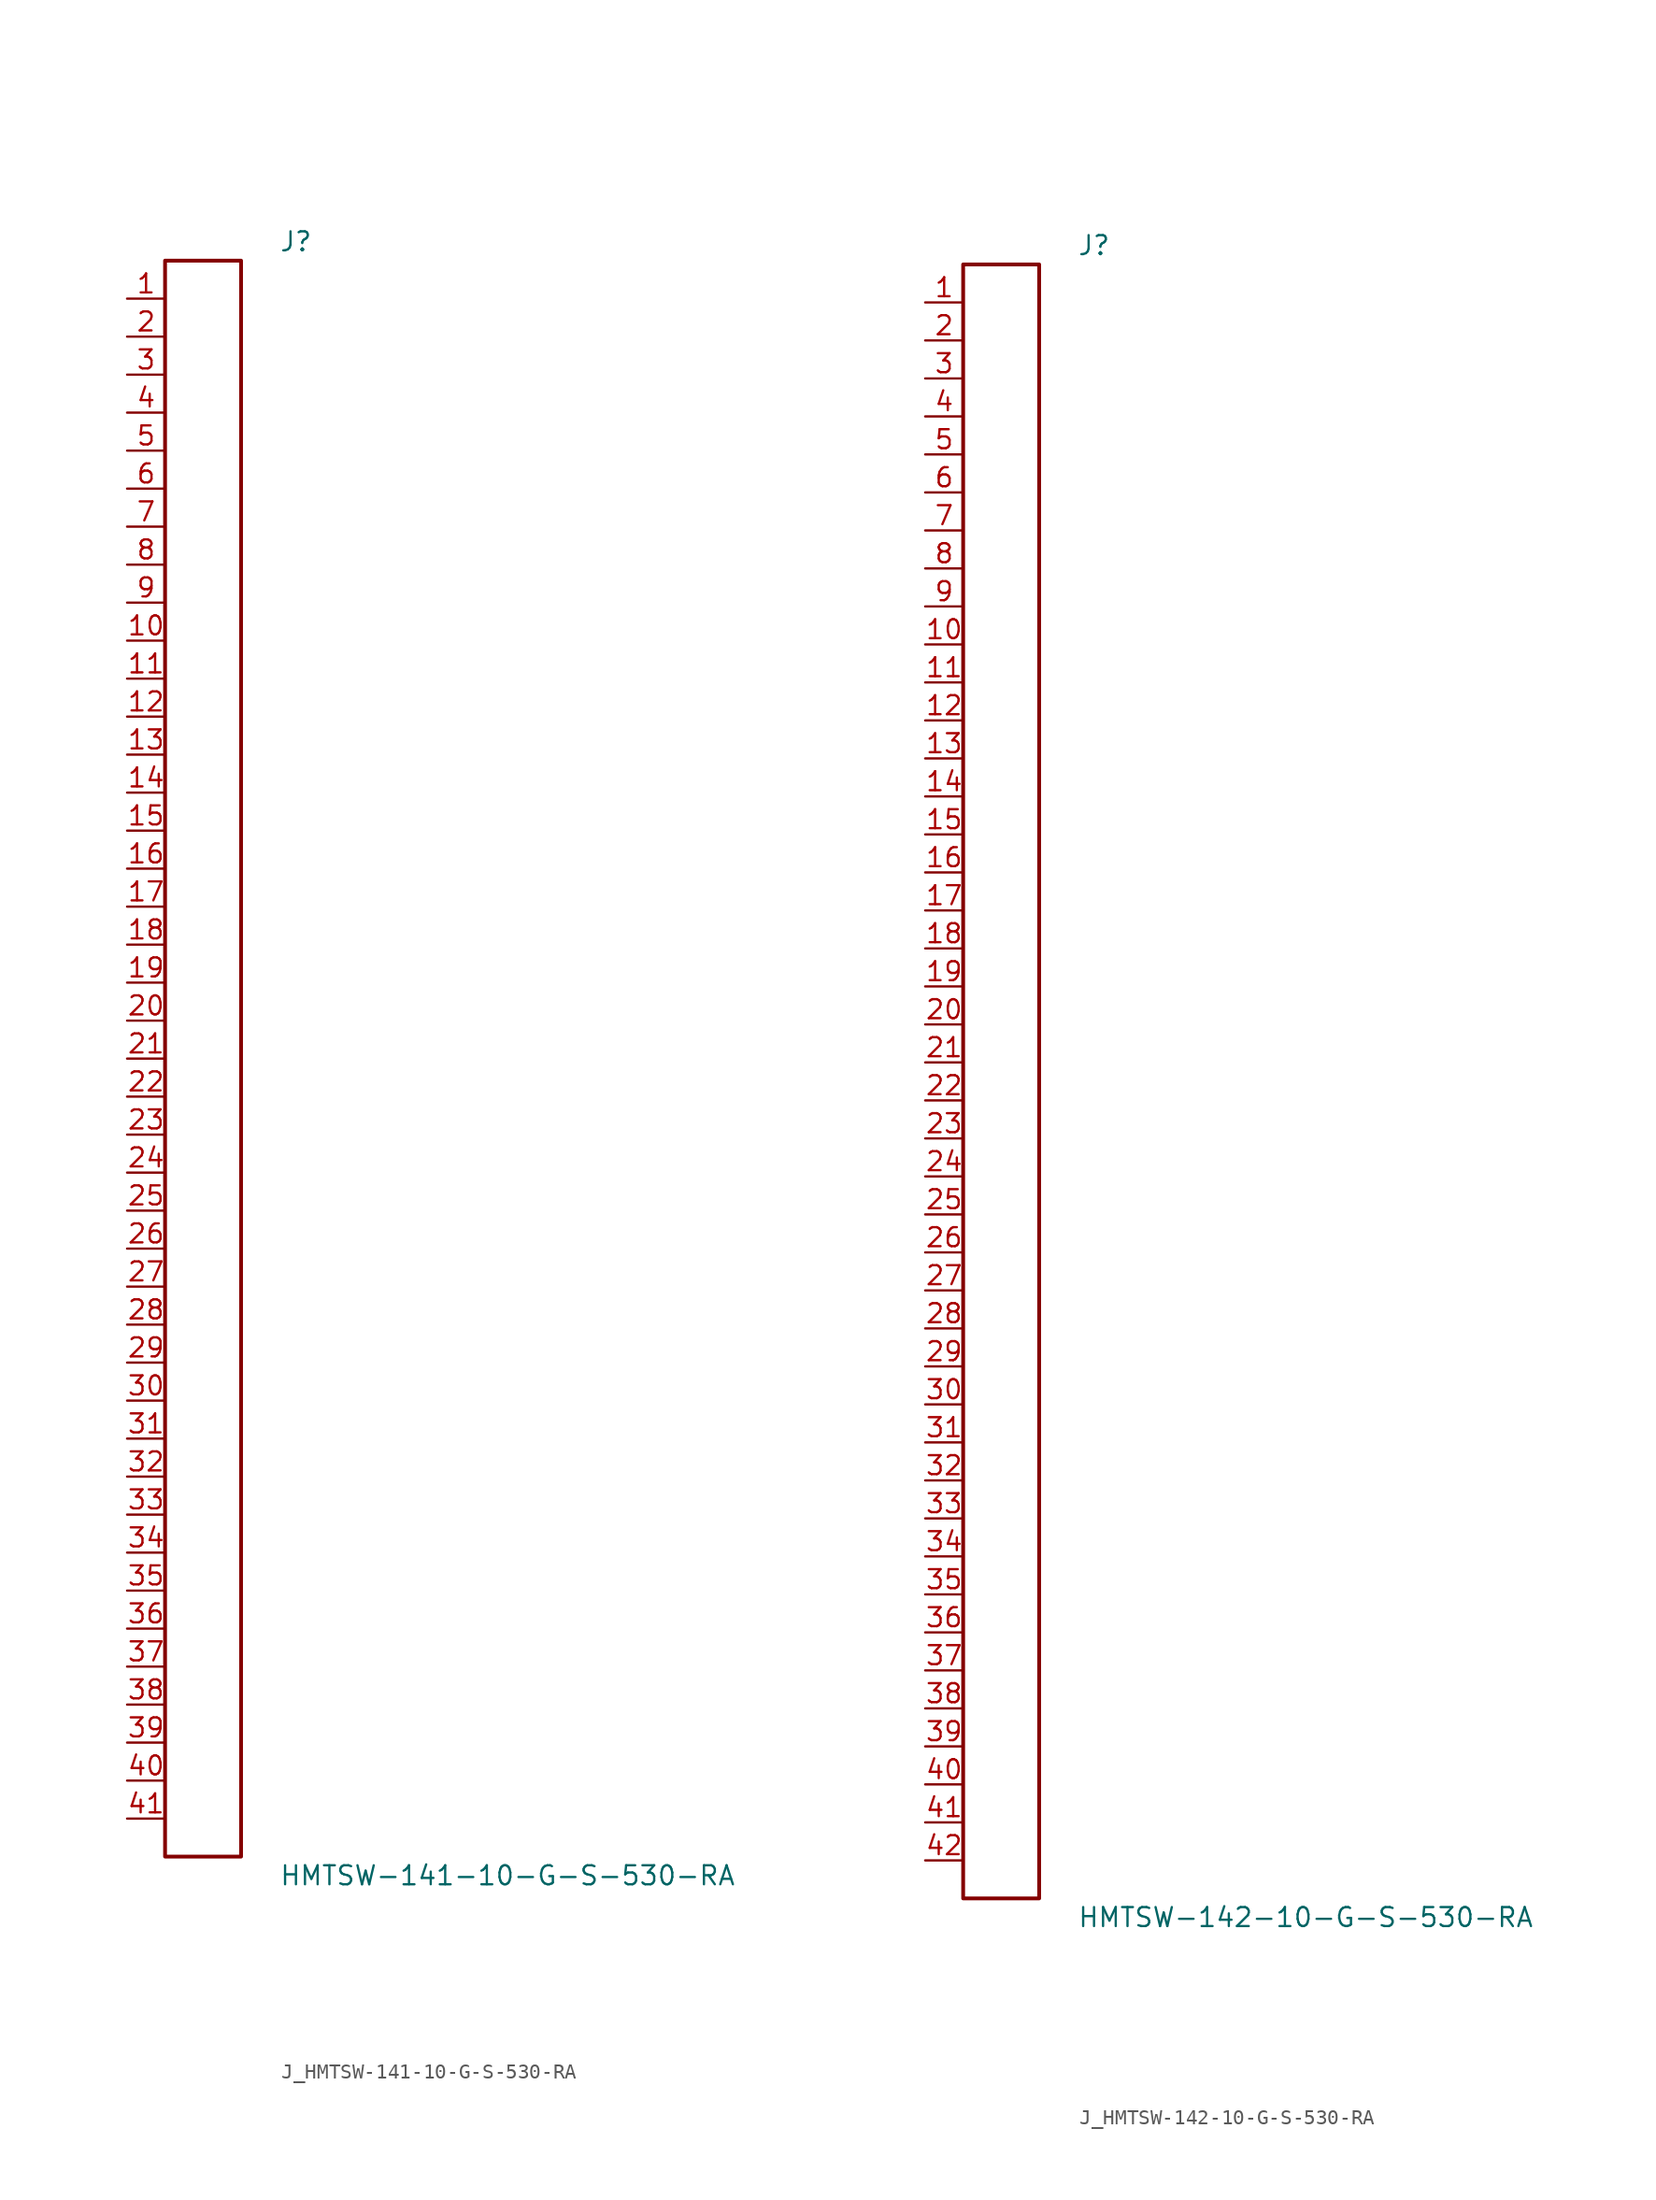
<source format=kicad_sym>
(kicad_symbol_lib
  (version 20231120)
  (generator kicad_symbol_editor)
  (generator_version 8.0)
  (symbol "J_HMTSW-141-10-G-S-530-RA"
    (pin_names
      (offset 0.254))
    (property "Reference" "J"
      (at 5.08 54.61 0)
      (effects (font (size 1.27 1.27)) (justify left)))
    (property "Value" "HMTSW-141-10-G-S-530-RA"
      (at 5.08 -54.61 0)
      (effects (font (size 1.27 1.27)) (justify left)))
    (symbol "J_HMTSW-141-10-G-S-530-RA_0_0"
      (pin unspecified line (at -5.08 50.8 0) (length 2.54) (name "" (effects (font (size 1.27 1.27)))) (number "1" (effects (font (size 1.27 1.27)))))
      (pin unspecified line (at -5.08 48.26 0) (length 2.54) (name "" (effects (font (size 1.27 1.27)))) (number "2" (effects (font (size 1.27 1.27)))))
      (pin unspecified line (at -5.08 45.72 0) (length 2.54) (name "" (effects (font (size 1.27 1.27)))) (number "3" (effects (font (size 1.27 1.27)))))
      (pin unspecified line (at -5.08 43.18 0) (length 2.54) (name "" (effects (font (size 1.27 1.27)))) (number "4" (effects (font (size 1.27 1.27)))))
      (pin unspecified line (at -5.08 40.64 0) (length 2.54) (name "" (effects (font (size 1.27 1.27)))) (number "5" (effects (font (size 1.27 1.27)))))
      (pin unspecified line (at -5.08 38.1 0) (length 2.54) (name "" (effects (font (size 1.27 1.27)))) (number "6" (effects (font (size 1.27 1.27)))))
      (pin unspecified line (at -5.08 35.56 0) (length 2.54) (name "" (effects (font (size 1.27 1.27)))) (number "7" (effects (font (size 1.27 1.27)))))
      (pin unspecified line (at -5.08 33.02 0) (length 2.54) (name "" (effects (font (size 1.27 1.27)))) (number "8" (effects (font (size 1.27 1.27)))))
      (pin unspecified line (at -5.08 30.48 0) (length 2.54) (name "" (effects (font (size 1.27 1.27)))) (number "9" (effects (font (size 1.27 1.27)))))
      (pin unspecified line (at -5.08 27.94 0) (length 2.54) (name "" (effects (font (size 1.27 1.27)))) (number "10" (effects (font (size 1.27 1.27)))))
      (pin unspecified line (at -5.08 25.4 0) (length 2.54) (name "" (effects (font (size 1.27 1.27)))) (number "11" (effects (font (size 1.27 1.27)))))
      (pin unspecified line (at -5.08 22.86 0) (length 2.54) (name "" (effects (font (size 1.27 1.27)))) (number "12" (effects (font (size 1.27 1.27)))))
      (pin unspecified line (at -5.08 20.32 0) (length 2.54) (name "" (effects (font (size 1.27 1.27)))) (number "13" (effects (font (size 1.27 1.27)))))
      (pin unspecified line (at -5.08 17.78 0) (length 2.54) (name "" (effects (font (size 1.27 1.27)))) (number "14" (effects (font (size 1.27 1.27)))))
      (pin unspecified line (at -5.08 15.24 0) (length 2.54) (name "" (effects (font (size 1.27 1.27)))) (number "15" (effects (font (size 1.27 1.27)))))
      (pin unspecified line (at -5.08 12.7 0) (length 2.54) (name "" (effects (font (size 1.27 1.27)))) (number "16" (effects (font (size 1.27 1.27)))))
      (pin unspecified line (at -5.08 10.16 0) (length 2.54) (name "" (effects (font (size 1.27 1.27)))) (number "17" (effects (font (size 1.27 1.27)))))
      (pin unspecified line (at -5.08 7.62 0) (length 2.54) (name "" (effects (font (size 1.27 1.27)))) (number "18" (effects (font (size 1.27 1.27)))))
      (pin unspecified line (at -5.08 5.08 0) (length 2.54) (name "" (effects (font (size 1.27 1.27)))) (number "19" (effects (font (size 1.27 1.27)))))
      (pin unspecified line (at -5.08 2.54 0) (length 2.54) (name "" (effects (font (size 1.27 1.27)))) (number "20" (effects (font (size 1.27 1.27)))))
      (pin unspecified line (at -5.08 0.0 0) (length 2.54) (name "" (effects (font (size 1.27 1.27)))) (number "21" (effects (font (size 1.27 1.27)))))
      (pin unspecified line (at -5.08 -2.54 0) (length 2.54) (name "" (effects (font (size 1.27 1.27)))) (number "22" (effects (font (size 1.27 1.27)))))
      (pin unspecified line (at -5.08 -5.08 0) (length 2.54) (name "" (effects (font (size 1.27 1.27)))) (number "23" (effects (font (size 1.27 1.27)))))
      (pin unspecified line (at -5.08 -7.62 0) (length 2.54) (name "" (effects (font (size 1.27 1.27)))) (number "24" (effects (font (size 1.27 1.27)))))
      (pin unspecified line (at -5.08 -10.16 0) (length 2.54) (name "" (effects (font (size 1.27 1.27)))) (number "25" (effects (font (size 1.27 1.27)))))
      (pin unspecified line (at -5.08 -12.7 0) (length 2.54) (name "" (effects (font (size 1.27 1.27)))) (number "26" (effects (font (size 1.27 1.27)))))
      (pin unspecified line (at -5.08 -15.24 0) (length 2.54) (name "" (effects (font (size 1.27 1.27)))) (number "27" (effects (font (size 1.27 1.27)))))
      (pin unspecified line (at -5.08 -17.78 0) (length 2.54) (name "" (effects (font (size 1.27 1.27)))) (number "28" (effects (font (size 1.27 1.27)))))
      (pin unspecified line (at -5.08 -20.32 0) (length 2.54) (name "" (effects (font (size 1.27 1.27)))) (number "29" (effects (font (size 1.27 1.27)))))
      (pin unspecified line (at -5.08 -22.86 0) (length 2.54) (name "" (effects (font (size 1.27 1.27)))) (number "30" (effects (font (size 1.27 1.27)))))
      (pin unspecified line (at -5.08 -25.4 0) (length 2.54) (name "" (effects (font (size 1.27 1.27)))) (number "31" (effects (font (size 1.27 1.27)))))
      (pin unspecified line (at -5.08 -27.94 0) (length 2.54) (name "" (effects (font (size 1.27 1.27)))) (number "32" (effects (font (size 1.27 1.27)))))
      (pin unspecified line (at -5.08 -30.48 0) (length 2.54) (name "" (effects (font (size 1.27 1.27)))) (number "33" (effects (font (size 1.27 1.27)))))
      (pin unspecified line (at -5.08 -33.02 0) (length 2.54) (name "" (effects (font (size 1.27 1.27)))) (number "34" (effects (font (size 1.27 1.27)))))
      (pin unspecified line (at -5.08 -35.56 0) (length 2.54) (name "" (effects (font (size 1.27 1.27)))) (number "35" (effects (font (size 1.27 1.27)))))
      (pin unspecified line (at -5.08 -38.1 0) (length 2.54) (name "" (effects (font (size 1.27 1.27)))) (number "36" (effects (font (size 1.27 1.27)))))
      (pin unspecified line (at -5.08 -40.64 0) (length 2.54) (name "" (effects (font (size 1.27 1.27)))) (number "37" (effects (font (size 1.27 1.27)))))
      (pin unspecified line (at -5.08 -43.18 0) (length 2.54) (name "" (effects (font (size 1.27 1.27)))) (number "38" (effects (font (size 1.27 1.27)))))
      (pin unspecified line (at -5.08 -45.72 0) (length 2.54) (name "" (effects (font (size 1.27 1.27)))) (number "39" (effects (font (size 1.27 1.27)))))
      (pin unspecified line (at -5.08 -48.26 0) (length 2.54) (name "" (effects (font (size 1.27 1.27)))) (number "40" (effects (font (size 1.27 1.27)))))
      (pin unspecified line (at -5.08 -50.8 0) (length 2.54) (name "" (effects (font (size 1.27 1.27)))) (number "41" (effects (font (size 1.27 1.27))))))
    (symbol "J_HMTSW-141-10-G-S-530-RA_1_0"
      (rectangle (start -2.54 53.34) (end 2.54 -53.34) (stroke (width 0.254) (type solid)) (fill (type none)))))
  (symbol "J_HMTSW-142-10-G-S-530-RA"
    (pin_names
      (offset 0.254))
    (property "Reference" "J"
      (at 5.08 55.88 0)
      (effects (font (size 1.27 1.27)) (justify left)))
    (property "Value" "HMTSW-142-10-G-S-530-RA"
      (at 5.08 -55.88 0)
      (effects (font (size 1.27 1.27)) (justify left)))
    (symbol "J_HMTSW-142-10-G-S-530-RA_0_0"
      (pin unspecified line (at -5.08 52.07 0) (length 2.54) (name "" (effects (font (size 1.27 1.27)))) (number "1" (effects (font (size 1.27 1.27)))))
      (pin unspecified line (at -5.08 49.53 0) (length 2.54) (name "" (effects (font (size 1.27 1.27)))) (number "2" (effects (font (size 1.27 1.27)))))
      (pin unspecified line (at -5.08 46.99 0) (length 2.54) (name "" (effects (font (size 1.27 1.27)))) (number "3" (effects (font (size 1.27 1.27)))))
      (pin unspecified line (at -5.08 44.45 0) (length 2.54) (name "" (effects (font (size 1.27 1.27)))) (number "4" (effects (font (size 1.27 1.27)))))
      (pin unspecified line (at -5.08 41.91 0) (length 2.54) (name "" (effects (font (size 1.27 1.27)))) (number "5" (effects (font (size 1.27 1.27)))))
      (pin unspecified line (at -5.08 39.37 0) (length 2.54) (name "" (effects (font (size 1.27 1.27)))) (number "6" (effects (font (size 1.27 1.27)))))
      (pin unspecified line (at -5.08 36.83 0) (length 2.54) (name "" (effects (font (size 1.27 1.27)))) (number "7" (effects (font (size 1.27 1.27)))))
      (pin unspecified line (at -5.08 34.29 0) (length 2.54) (name "" (effects (font (size 1.27 1.27)))) (number "8" (effects (font (size 1.27 1.27)))))
      (pin unspecified line (at -5.08 31.75 0) (length 2.54) (name "" (effects (font (size 1.27 1.27)))) (number "9" (effects (font (size 1.27 1.27)))))
      (pin unspecified line (at -5.08 29.21 0) (length 2.54) (name "" (effects (font (size 1.27 1.27)))) (number "10" (effects (font (size 1.27 1.27)))))
      (pin unspecified line (at -5.08 26.67 0) (length 2.54) (name "" (effects (font (size 1.27 1.27)))) (number "11" (effects (font (size 1.27 1.27)))))
      (pin unspecified line (at -5.08 24.13 0) (length 2.54) (name "" (effects (font (size 1.27 1.27)))) (number "12" (effects (font (size 1.27 1.27)))))
      (pin unspecified line (at -5.08 21.59 0) (length 2.54) (name "" (effects (font (size 1.27 1.27)))) (number "13" (effects (font (size 1.27 1.27)))))
      (pin unspecified line (at -5.08 19.05 0) (length 2.54) (name "" (effects (font (size 1.27 1.27)))) (number "14" (effects (font (size 1.27 1.27)))))
      (pin unspecified line (at -5.08 16.51 0) (length 2.54) (name "" (effects (font (size 1.27 1.27)))) (number "15" (effects (font (size 1.27 1.27)))))
      (pin unspecified line (at -5.08 13.97 0) (length 2.54) (name "" (effects (font (size 1.27 1.27)))) (number "16" (effects (font (size 1.27 1.27)))))
      (pin unspecified line (at -5.08 11.43 0) (length 2.54) (name "" (effects (font (size 1.27 1.27)))) (number "17" (effects (font (size 1.27 1.27)))))
      (pin unspecified line (at -5.08 8.89 0) (length 2.54) (name "" (effects (font (size 1.27 1.27)))) (number "18" (effects (font (size 1.27 1.27)))))
      (pin unspecified line (at -5.08 6.35 0) (length 2.54) (name "" (effects (font (size 1.27 1.27)))) (number "19" (effects (font (size 1.27 1.27)))))
      (pin unspecified line (at -5.08 3.81 0) (length 2.54) (name "" (effects (font (size 1.27 1.27)))) (number "20" (effects (font (size 1.27 1.27)))))
      (pin unspecified line (at -5.08 1.27 0) (length 2.54) (name "" (effects (font (size 1.27 1.27)))) (number "21" (effects (font (size 1.27 1.27)))))
      (pin unspecified line (at -5.08 -1.27 0) (length 2.54) (name "" (effects (font (size 1.27 1.27)))) (number "22" (effects (font (size 1.27 1.27)))))
      (pin unspecified line (at -5.08 -3.81 0) (length 2.54) (name "" (effects (font (size 1.27 1.27)))) (number "23" (effects (font (size 1.27 1.27)))))
      (pin unspecified line (at -5.08 -6.35 0) (length 2.54) (name "" (effects (font (size 1.27 1.27)))) (number "24" (effects (font (size 1.27 1.27)))))
      (pin unspecified line (at -5.08 -8.89 0) (length 2.54) (name "" (effects (font (size 1.27 1.27)))) (number "25" (effects (font (size 1.27 1.27)))))
      (pin unspecified line (at -5.08 -11.43 0) (length 2.54) (name "" (effects (font (size 1.27 1.27)))) (number "26" (effects (font (size 1.27 1.27)))))
      (pin unspecified line (at -5.08 -13.97 0) (length 2.54) (name "" (effects (font (size 1.27 1.27)))) (number "27" (effects (font (size 1.27 1.27)))))
      (pin unspecified line (at -5.08 -16.51 0) (length 2.54) (name "" (effects (font (size 1.27 1.27)))) (number "28" (effects (font (size 1.27 1.27)))))
      (pin unspecified line (at -5.08 -19.05 0) (length 2.54) (name "" (effects (font (size 1.27 1.27)))) (number "29" (effects (font (size 1.27 1.27)))))
      (pin unspecified line (at -5.08 -21.59 0) (length 2.54) (name "" (effects (font (size 1.27 1.27)))) (number "30" (effects (font (size 1.27 1.27)))))
      (pin unspecified line (at -5.08 -24.13 0) (length 2.54) (name "" (effects (font (size 1.27 1.27)))) (number "31" (effects (font (size 1.27 1.27)))))
      (pin unspecified line (at -5.08 -26.67 0) (length 2.54) (name "" (effects (font (size 1.27 1.27)))) (number "32" (effects (font (size 1.27 1.27)))))
      (pin unspecified line (at -5.08 -29.21 0) (length 2.54) (name "" (effects (font (size 1.27 1.27)))) (number "33" (effects (font (size 1.27 1.27)))))
      (pin unspecified line (at -5.08 -31.75 0) (length 2.54) (name "" (effects (font (size 1.27 1.27)))) (number "34" (effects (font (size 1.27 1.27)))))
      (pin unspecified line (at -5.08 -34.29 0) (length 2.54) (name "" (effects (font (size 1.27 1.27)))) (number "35" (effects (font (size 1.27 1.27)))))
      (pin unspecified line (at -5.08 -36.83 0) (length 2.54) (name "" (effects (font (size 1.27 1.27)))) (number "36" (effects (font (size 1.27 1.27)))))
      (pin unspecified line (at -5.08 -39.37 0) (length 2.54) (name "" (effects (font (size 1.27 1.27)))) (number "37" (effects (font (size 1.27 1.27)))))
      (pin unspecified line (at -5.08 -41.91 0) (length 2.54) (name "" (effects (font (size 1.27 1.27)))) (number "38" (effects (font (size 1.27 1.27)))))
      (pin unspecified line (at -5.08 -44.45 0) (length 2.54) (name "" (effects (font (size 1.27 1.27)))) (number "39" (effects (font (size 1.27 1.27)))))
      (pin unspecified line (at -5.08 -46.99 0) (length 2.54) (name "" (effects (font (size 1.27 1.27)))) (number "40" (effects (font (size 1.27 1.27)))))
      (pin unspecified line (at -5.08 -49.53 0) (length 2.54) (name "" (effects (font (size 1.27 1.27)))) (number "41" (effects (font (size 1.27 1.27)))))
      (pin unspecified line (at -5.08 -52.07 0) (length 2.54) (name "" (effects (font (size 1.27 1.27)))) (number "42" (effects (font (size 1.27 1.27))))))
    (symbol "J_HMTSW-142-10-G-S-530-RA_1_0"
      (rectangle (start -2.54 54.61) (end 2.54 -54.61) (stroke (width 0.254) (type solid)) (fill (type none))))))
</source>
